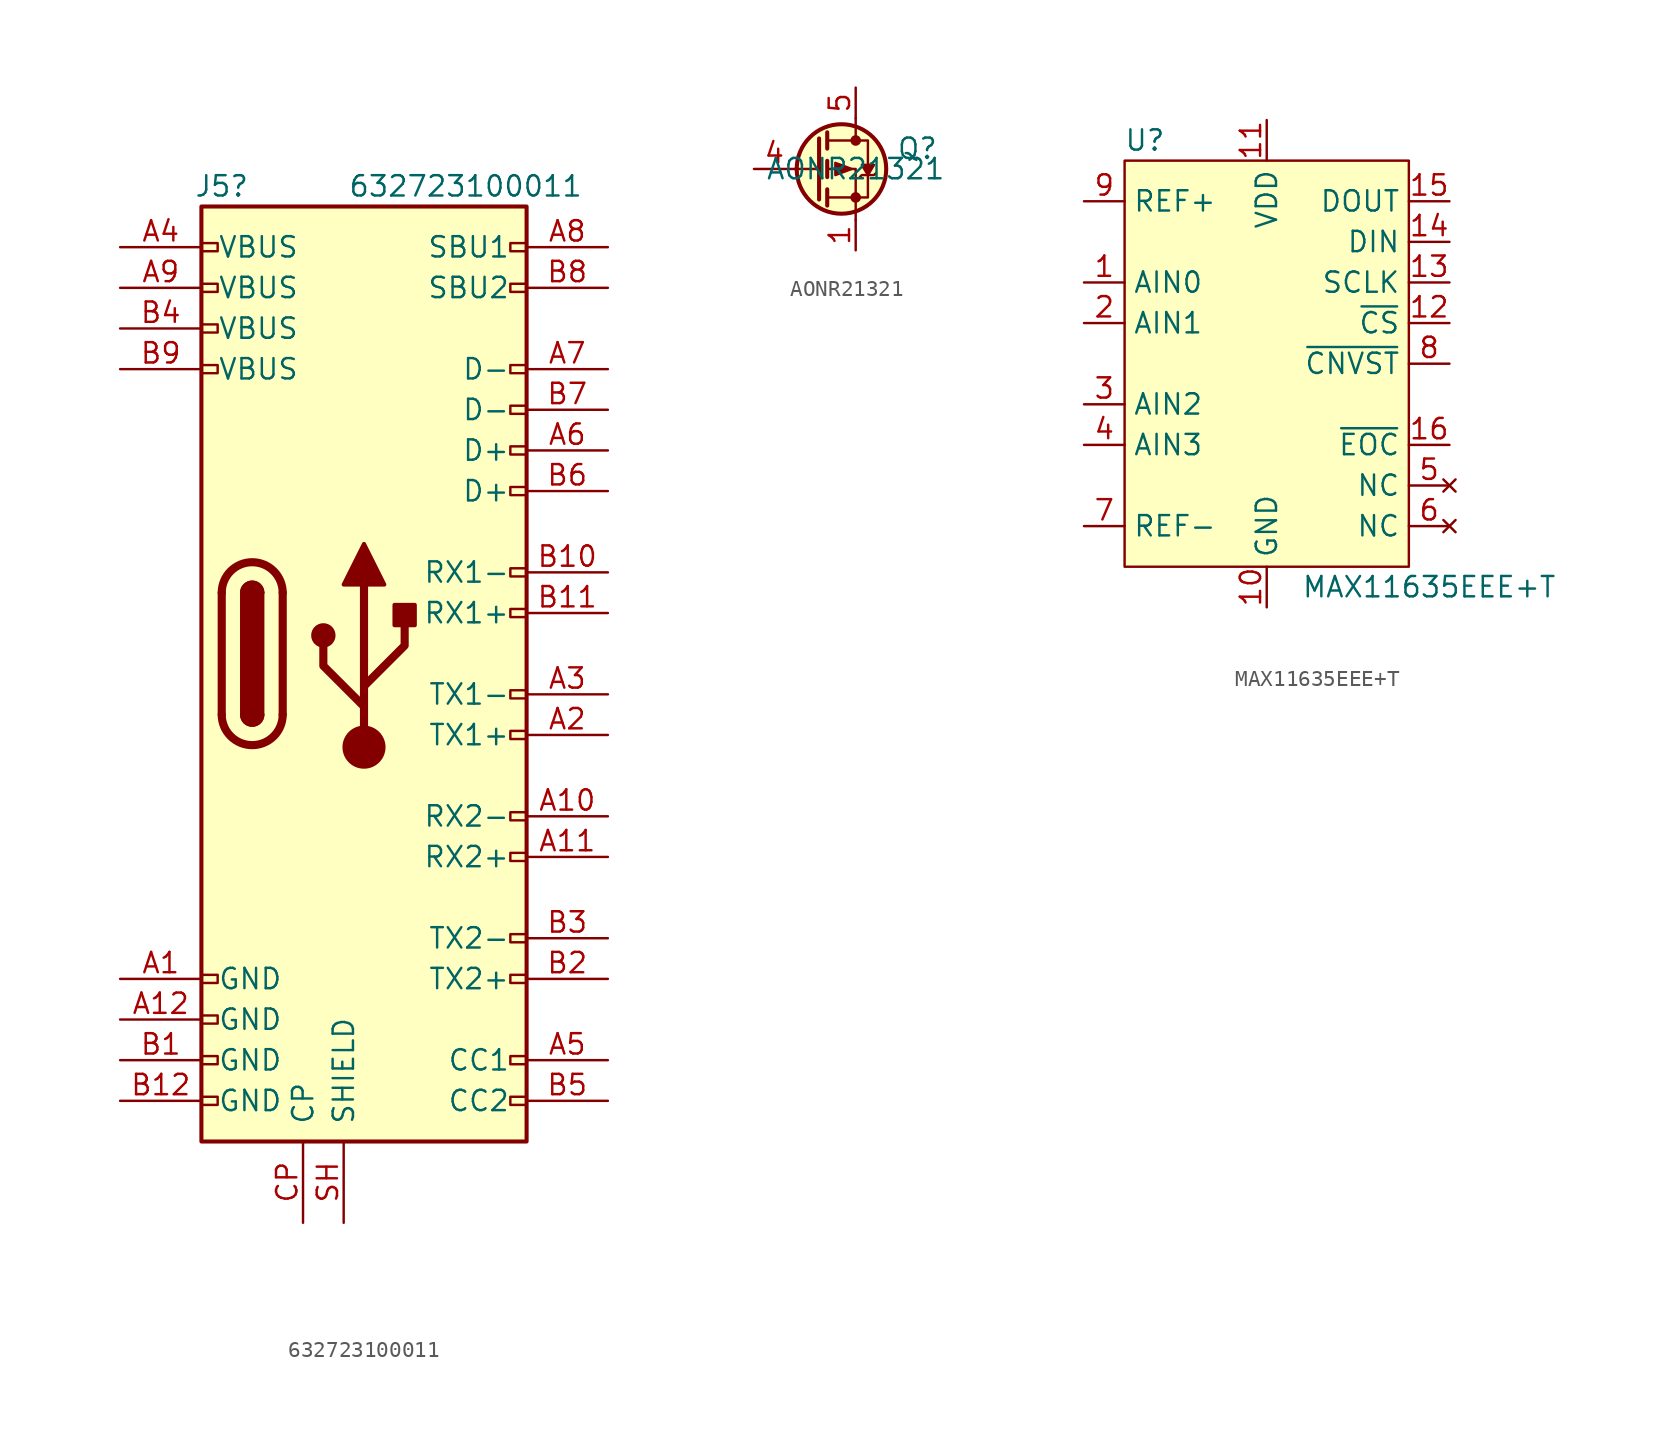
<source format=kicad_sym>
(kicad_symbol_lib
  (version 20220914)
  (generator kicad_symbol_editor)
  (symbol "632723100011"
    (pin_names
      (offset 1.016))
    (property "Reference" "J5"
      (at -8.89 24.13 0)
      (effects (font (size 1.27 1.27))))
    (property "Value" "632723100011"
      (at 6.35 24.13 0)
      (effects (font (size 1.27 1.27))))
    (symbol "632723100011_0_0"
      (rectangle (start -9.144 -33.274) (end -10.16 -32.766) (stroke (width 0) (type default)) (fill (type none)))
      (rectangle (start -9.144 -30.734) (end -10.16 -30.226) (stroke (width 0) (type default)) (fill (type none)))
      (rectangle (start -9.144 -28.194) (end -10.16 -27.686) (stroke (width 0) (type default)) (fill (type none)))
      (rectangle (start -9.144 -25.654) (end -10.16 -25.146) (stroke (width 0) (type default)) (fill (type none)))
      (rectangle (start -9.144 12.446) (end -10.16 12.954) (stroke (width 0) (type default)) (fill (type none)))
      (rectangle (start -9.144 14.986) (end -10.16 15.494) (stroke (width 0) (type default)) (fill (type none)))
      (rectangle (start -9.144 17.526) (end -10.16 18.034) (stroke (width 0) (type default)) (fill (type none)))
      (rectangle (start -9.144 20.066) (end -10.16 20.574) (stroke (width 0) (type default)) (fill (type none)))
      (rectangle (start 10.16 -32.766) (end 9.144 -33.274) (stroke (width 0) (type default)) (fill (type none)))
      (rectangle (start 10.16 -30.226) (end 9.144 -30.734) (stroke (width 0) (type default)) (fill (type none)))
      (rectangle (start 10.16 -25.146) (end 9.144 -25.654) (stroke (width 0) (type default)) (fill (type none)))
      (rectangle (start 10.16 -22.606) (end 9.144 -23.114) (stroke (width 0) (type default)) (fill (type none)))
      (rectangle (start 10.16 -17.526) (end 9.144 -18.034) (stroke (width 0) (type default)) (fill (type none)))
      (rectangle (start 10.16 -14.986) (end 9.144 -15.494) (stroke (width 0) (type default)) (fill (type none)))
      (rectangle (start 10.16 -9.906) (end 9.144 -10.414) (stroke (width 0) (type default)) (fill (type none)))
      (rectangle (start 10.16 -7.366) (end 9.144 -7.874) (stroke (width 0) (type default)) (fill (type none)))
      (rectangle (start 10.16 -2.286) (end 9.144 -2.794) (stroke (width 0) (type default)) (fill (type none)))
      (rectangle (start 10.16 0.254) (end 9.144 -0.254) (stroke (width 0) (type default)) (fill (type none)))
      (rectangle (start 10.16 5.334) (end 9.144 4.826) (stroke (width 0) (type default)) (fill (type none)))
      (rectangle (start 10.16 7.874) (end 9.144 7.366) (stroke (width 0) (type default)) (fill (type none)))
      (rectangle (start 10.16 10.414) (end 9.144 9.906) (stroke (width 0) (type default)) (fill (type none)))
      (rectangle (start 10.16 12.954) (end 9.144 12.446) (stroke (width 0) (type default)) (fill (type none)))
      (rectangle (start 10.16 18.034) (end 9.144 17.526) (stroke (width 0) (type default)) (fill (type none)))
      (rectangle (start 10.16 20.574) (end 9.144 20.066) (stroke (width 0) (type default)) (fill (type none))))
    (symbol "632723100011_0_1"
      (rectangle (start -10.16 22.86) (end 10.16 -35.56) (stroke (width 0.254) (type default)) (fill (type background)))
      (arc (start -8.89 -8.89) (mid -6.985 -10.7867) (end -5.08 -8.89) (stroke (width 0.508) (type default)) (fill (type none)))
      (arc (start -7.62 -8.89) (mid -6.985 -9.5223) (end -6.35 -8.89) (stroke (width 0.254) (type default)) (fill (type none)))
      (arc (start -7.62 -8.89) (mid -6.985 -9.5223) (end -6.35 -8.89) (stroke (width 0.254) (type default)) (fill (type outline)))
      (rectangle (start -7.62 -8.89) (end -6.35 -1.27) (stroke (width 0.254) (type default)) (fill (type outline)))
      (arc (start -6.35 -1.27) (mid -6.985 -0.6377) (end -7.62 -1.27) (stroke (width 0.254) (type default)) (fill (type none)))
      (arc (start -6.35 -1.27) (mid -6.985 -0.6377) (end -7.62 -1.27) (stroke (width 0.254) (type default)) (fill (type outline)))
      (arc (start -5.08 -1.27) (mid -6.985 0.6267) (end -8.89 -1.27) (stroke (width 0.508) (type default)) (fill (type none)))
      (polyline (pts (xy -8.89 -8.89) (xy -8.89 -1.27)) (stroke (width 0.508) (type default)) (fill (type none)))
      (polyline (pts (xy -5.08 -1.27) (xy -5.08 -8.89)) (stroke (width 0.508) (type default)) (fill (type none))))
    (symbol "632723100011_1_1"
      (circle (center -2.54 -3.937) (radius 0.635) (stroke (width 0.254) (type default)) (fill (type outline)))
      (circle (center 0 -10.922) (radius 1.27) (stroke (width 0) (type default)) (fill (type outline)))
      (polyline (pts (xy 0 -10.922) (xy 0 -0.762)) (stroke (width 0.508) (type default)) (fill (type none)))
      (polyline (pts (xy 0 -8.382) (xy -2.54 -5.842) (xy -2.54 -4.572)) (stroke (width 0.508) (type default)) (fill (type none)))
      (polyline (pts (xy 0 -7.112) (xy 2.54 -4.572) (xy 2.54 -3.302)) (stroke (width 0.508) (type default)) (fill (type none)))
      (polyline (pts (xy -1.27 -0.762) (xy 0 1.778) (xy 1.27 -0.762) (xy -1.27 -0.762)) (stroke (width 0.254) (type default)) (fill (type outline)))
      (rectangle (start 1.905 -3.302) (end 3.175 -2.032) (stroke (width 0.254) (type default)) (fill (type outline)))
      (pin passive line (at -15.24 -25.4 0) (length 5.08) (name "GND" (effects (font (size 1.27 1.27)))) (number "A1" (effects (font (size 1.27 1.27)))))
      (pin bidirectional line (at 15.24 -15.24 180) (length 5.08) (name "RX2-" (effects (font (size 1.27 1.27)))) (number "A10" (effects (font (size 1.27 1.27)))))
      (pin bidirectional line (at 15.24 -17.78 180) (length 5.08) (name "RX2+" (effects (font (size 1.27 1.27)))) (number "A11" (effects (font (size 1.27 1.27)))))
      (pin passive line (at -15.24 -27.94 0) (length 5.08) (name "GND" (effects (font (size 1.27 1.27)))) (number "A12" (effects (font (size 1.27 1.27)))))
      (pin bidirectional line (at 15.24 -10.16 180) (length 5.08) (name "TX1+" (effects (font (size 1.27 1.27)))) (number "A2" (effects (font (size 1.27 1.27)))))
      (pin bidirectional line (at 15.24 -7.62 180) (length 5.08) (name "TX1-" (effects (font (size 1.27 1.27)))) (number "A3" (effects (font (size 1.27 1.27)))))
      (pin passive line (at -15.24 20.32 0) (length 5.08) (name "VBUS" (effects (font (size 1.27 1.27)))) (number "A4" (effects (font (size 1.27 1.27)))))
      (pin bidirectional line (at 15.24 -30.48 180) (length 5.08) (name "CC1" (effects (font (size 1.27 1.27)))) (number "A5" (effects (font (size 1.27 1.27)))))
      (pin bidirectional line (at 15.24 7.62 180) (length 5.08) (name "D+" (effects (font (size 1.27 1.27)))) (number "A6" (effects (font (size 1.27 1.27)))))
      (pin bidirectional line (at 15.24 12.7 180) (length 5.08) (name "D-" (effects (font (size 1.27 1.27)))) (number "A7" (effects (font (size 1.27 1.27)))))
      (pin bidirectional line (at 15.24 20.32 180) (length 5.08) (name "SBU1" (effects (font (size 1.27 1.27)))) (number "A8" (effects (font (size 1.27 1.27)))))
      (pin passive line (at -15.24 17.78 0) (length 5.08) (name "VBUS" (effects (font (size 1.27 1.27)))) (number "A9" (effects (font (size 1.27 1.27)))))
      (pin passive line (at -15.24 -30.48 0) (length 5.08) (name "GND" (effects (font (size 1.27 1.27)))) (number "B1" (effects (font (size 1.27 1.27)))))
      (pin bidirectional line (at 15.24 0 180) (length 5.08) (name "RX1-" (effects (font (size 1.27 1.27)))) (number "B10" (effects (font (size 1.27 1.27)))))
      (pin bidirectional line (at 15.24 -2.54 180) (length 5.08) (name "RX1+" (effects (font (size 1.27 1.27)))) (number "B11" (effects (font (size 1.27 1.27)))))
      (pin passive line (at -15.24 -33.02 0) (length 5.08) (name "GND" (effects (font (size 1.27 1.27)))) (number "B12" (effects (font (size 1.27 1.27)))))
      (pin bidirectional line (at 15.24 -25.4 180) (length 5.08) (name "TX2+" (effects (font (size 1.27 1.27)))) (number "B2" (effects (font (size 1.27 1.27)))))
      (pin bidirectional line (at 15.24 -22.86 180) (length 5.08) (name "TX2-" (effects (font (size 1.27 1.27)))) (number "B3" (effects (font (size 1.27 1.27)))))
      (pin passive line (at -15.24 15.24 0) (length 5.08) (name "VBUS" (effects (font (size 1.27 1.27)))) (number "B4" (effects (font (size 1.27 1.27)))))
      (pin bidirectional line (at 15.24 -33.02 180) (length 5.08) (name "CC2" (effects (font (size 1.27 1.27)))) (number "B5" (effects (font (size 1.27 1.27)))))
      (pin bidirectional line (at 15.24 5.08 180) (length 5.08) (name "D+" (effects (font (size 1.27 1.27)))) (number "B6" (effects (font (size 1.27 1.27)))))
      (pin bidirectional line (at 15.24 10.16 180) (length 5.08) (name "D-" (effects (font (size 1.27 1.27)))) (number "B7" (effects (font (size 1.27 1.27)))))
      (pin bidirectional line (at 15.24 17.78 180) (length 5.08) (name "SBU2" (effects (font (size 1.27 1.27)))) (number "B8" (effects (font (size 1.27 1.27)))))
      (pin passive line (at -15.24 12.7 0) (length 5.08) (name "VBUS" (effects (font (size 1.27 1.27)))) (number "B9" (effects (font (size 1.27 1.27)))))
      (pin passive line (at -3.81 -40.64 90) (length 5.08) (name "CP" (effects (font (size 1.27 1.27)))) (number "CP" (effects (font (size 1.27 1.27)))))
      (pin passive line (at -1.27 -40.64 90) (length 5.08) (name "SHIELD" (effects (font (size 1.27 1.27)))) (number "SH" (effects (font (size 1.27 1.27)))))))
  (symbol "AONR21321"
    (pin_names hide)
    (property "Reference" "Q"
      (at 2.54 1.27 0)
      (effects (font (size 1.27 1.27)) (justify left)))
    (property "Value" "AONR21321"
      (at 0 0 0)
      (effects (font (size 1.27 1.27))))
    (symbol "AONR21321_0_1"
      (circle (center -0.889 0) (radius 2.794) (stroke (width 0.254) (type default)) (fill (type background)))
      (circle (center 0 -1.778) (radius 0.254) (stroke (width 0) (type default)) (fill (type outline)))
      (polyline (pts (xy -2.286 0) (xy -3.81 0)) (stroke (width 0) (type default)) (fill (type none)))
      (polyline (pts (xy -2.286 1.905) (xy -2.286 -1.905)) (stroke (width 0.254) (type default)) (fill (type none)))
      (polyline (pts (xy -1.778 -1.27) (xy -1.778 -2.286)) (stroke (width 0.254) (type default)) (fill (type none)))
      (polyline (pts (xy -1.778 0.508) (xy -1.778 -0.508)) (stroke (width 0.254) (type default)) (fill (type none)))
      (polyline (pts (xy -1.778 2.286) (xy -1.778 1.27)) (stroke (width 0.254) (type default)) (fill (type none)))
      (polyline (pts (xy 0 3.175) (xy 0 1.778)) (stroke (width 0) (type default)) (fill (type none)))
      (polyline (pts (xy 0 -3.175) (xy 0 0) (xy -1.778 0)) (stroke (width 0) (type default)) (fill (type none)))
      (polyline (pts (xy -1.778 1.778) (xy 0.762 1.778) (xy 0.762 -1.778) (xy -1.778 -1.778)) (stroke (width 0) (type default)) (fill (type none)))
      (polyline (pts (xy -0.254 0) (xy -1.27 0.381) (xy -1.27 -0.381) (xy -0.254 0)) (stroke (width 0) (type default)) (fill (type outline)))
      (polyline (pts (xy 0.254 -0.508) (xy 0.381 -0.381) (xy 1.143 -0.381) (xy 1.27 -0.254)) (stroke (width 0) (type default)) (fill (type none)))
      (polyline (pts (xy 0.762 -0.381) (xy 0.381 0.254) (xy 1.143 0.254) (xy 0.762 -0.381)) (stroke (width 0) (type default)) (fill (type outline)))
      (circle (center 0 1.778) (radius 0.254) (stroke (width 0) (type default)) (fill (type outline))))
    (symbol "AONR21321_1_1"
      (pin input line (at 0 -5.08 90) (length 1.905) (name "S" (effects (font (size 1.27 1.27)))) (number "1" (effects (font (size 1.27 1.27)))))
      (pin input line (at 0 -5.08 90) (length 1.905) hide (name "S" (effects (font (size 1.27 1.27)))) (number "2" (effects (font (size 1.27 1.27)))))
      (pin input line (at 0 -5.08 90) (length 1.905) hide (name "S" (effects (font (size 1.27 1.27)))) (number "3" (effects (font (size 1.27 1.27)))))
      (pin input line (at -6.35 0 0) (length 2.54) (name "G" (effects (font (size 1.27 1.27)))) (number "4" (effects (font (size 1.27 1.27)))))
      (pin input line (at 0 5.08 270) (length 1.905) (name "D" (effects (font (size 1.27 1.27)))) (number "5" (effects (font (size 1.27 1.27)))))
      (pin input line (at 0 5.08 270) (length 1.905) hide (name "D" (effects (font (size 1.27 1.27)))) (number "6" (effects (font (size 1.27 1.27)))))
      (pin input line (at 0 5.08 270) (length 1.905) hide (name "D" (effects (font (size 1.27 1.27)))) (number "7" (effects (font (size 1.27 1.27)))))
      (pin input line (at 0 5.08 270) (length 1.905) hide (name "D" (effects (font (size 1.27 1.27)))) (number "8" (effects (font (size 1.27 1.27)))))
      (pin input line (at 0 5.08 270) (length 1.905) hide (name "D" (effects (font (size 1.27 1.27)))) (number "9" (effects (font (size 1.27 1.27)))))
      (pin input line (at 0 5.08 270) (length 1.905) hide (name "D" (effects (font (size 1.27 1.27)))) (number "9_1" (effects (font (size 1.27 1.27)))))
      (pin input line (at 0 5.08 270) (length 1.905) hide (name "D" (effects (font (size 1.27 1.27)))) (number "9_2" (effects (font (size 1.27 1.27)))))))
  (symbol "MAX11635EEE+T"
    (property "Reference" "U"
      (at -7.62 13.97 0)
      (effects (font (size 1.27 1.27))))
    (property "Value" "MAX11635EEE+T"
      (at 10.16 -13.97 0)
      (effects (font (size 1.27 1.27))))
    (symbol "MAX11635EEE+T_0_1"
      (rectangle (start -8.89 12.7) (end 8.89 -12.7) (stroke (width 0.152) (type default)) (fill (type background))))
    (symbol "MAX11635EEE+T_1_1"
      (pin input line (at -11.43 5.08 0) (length 2.54) (name "AIN0" (effects (font (size 1.27 1.27)))) (number "1" (effects (font (size 1.27 1.27)))))
      (pin power_in line (at 0 -15.24 90) (length 2.54) (name "GND" (effects (font (size 1.27 1.27)))) (number "10" (effects (font (size 1.27 1.27)))))
      (pin power_in line (at 0 15.24 270) (length 2.54) (name "VDD" (effects (font (size 1.27 1.27)))) (number "11" (effects (font (size 1.27 1.27)))))
      (pin input line (at 11.43 2.54 180) (length 2.54) (name "~{CS}" (effects (font (size 1.27 1.27)))) (number "12" (effects (font (size 1.27 1.27)))))
      (pin input line (at 11.43 5.08 180) (length 2.54) (name "SCLK" (effects (font (size 1.27 1.27)))) (number "13" (effects (font (size 1.27 1.27)))))
      (pin input line (at 11.43 7.62 180) (length 2.54) (name "DIN" (effects (font (size 1.27 1.27)))) (number "14" (effects (font (size 1.27 1.27)))))
      (pin tri_state line (at 11.43 10.16 180) (length 2.54) (name "DOUT" (effects (font (size 1.27 1.27)))) (number "15" (effects (font (size 1.27 1.27)))))
      (pin output line (at 11.43 -5.08 180) (length 2.54) (name "~{EOC}" (effects (font (size 1.27 1.27)))) (number "16" (effects (font (size 1.27 1.27)))))
      (pin input line (at -11.43 2.54 0) (length 2.54) (name "AIN1" (effects (font (size 1.27 1.27)))) (number "2" (effects (font (size 1.27 1.27)))))
      (pin input line (at -11.43 -2.54 0) (length 2.54) (name "AIN2" (effects (font (size 1.27 1.27)))) (number "3" (effects (font (size 1.27 1.27)))))
      (pin input line (at -11.43 -5.08 0) (length 2.54) (name "AIN3" (effects (font (size 1.27 1.27)))) (number "4" (effects (font (size 1.27 1.27)))))
      (pin no_connect line (at 11.43 -7.62 180) (length 2.54) (name "NC" (effects (font (size 1.27 1.27)))) (number "5" (effects (font (size 1.27 1.27)))))
      (pin no_connect line (at 11.43 -10.16 180) (length 2.54) (name "NC" (effects (font (size 1.27 1.27)))) (number "6" (effects (font (size 1.27 1.27)))))
      (pin input line (at -11.43 -10.16 0) (length 2.54) (name "REF-" (effects (font (size 1.27 1.27)))) (number "7" (effects (font (size 1.27 1.27)))))
      (pin input line (at 11.43 0 180) (length 2.54) (name "~{CNVST}" (effects (font (size 1.27 1.27)))) (number "8" (effects (font (size 1.27 1.27)))))
      (pin input line (at -11.43 10.16 0) (length 2.54) (name "REF+" (effects (font (size 1.27 1.27)))) (number "9" (effects (font (size 1.27 1.27))))))))
</source>
